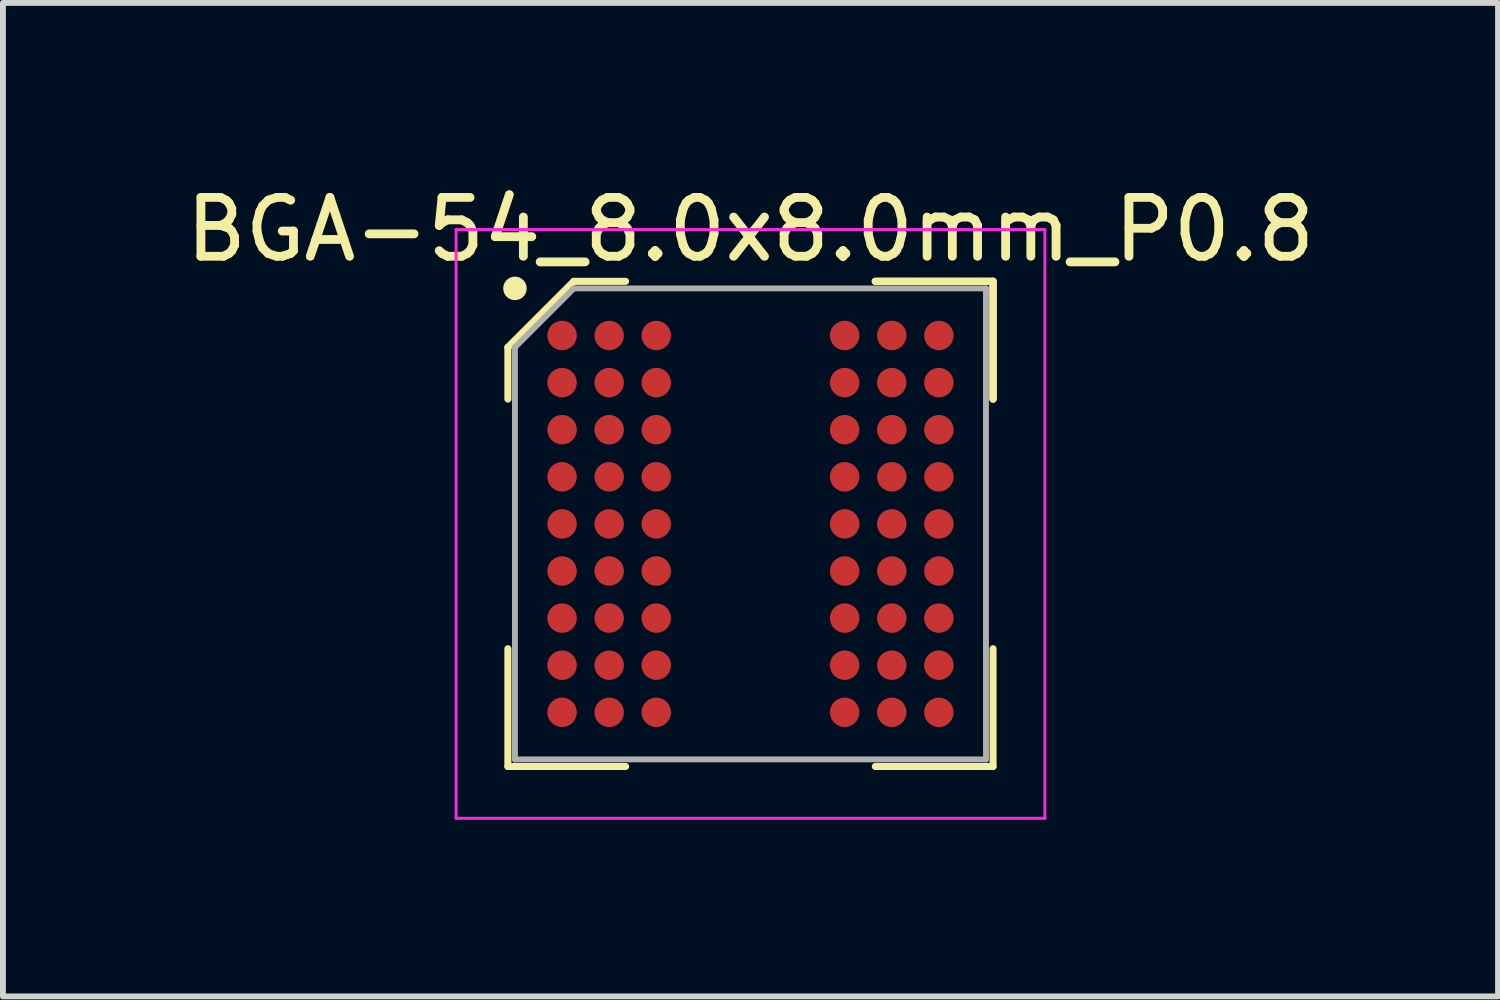
<source format=kicad_pcb>
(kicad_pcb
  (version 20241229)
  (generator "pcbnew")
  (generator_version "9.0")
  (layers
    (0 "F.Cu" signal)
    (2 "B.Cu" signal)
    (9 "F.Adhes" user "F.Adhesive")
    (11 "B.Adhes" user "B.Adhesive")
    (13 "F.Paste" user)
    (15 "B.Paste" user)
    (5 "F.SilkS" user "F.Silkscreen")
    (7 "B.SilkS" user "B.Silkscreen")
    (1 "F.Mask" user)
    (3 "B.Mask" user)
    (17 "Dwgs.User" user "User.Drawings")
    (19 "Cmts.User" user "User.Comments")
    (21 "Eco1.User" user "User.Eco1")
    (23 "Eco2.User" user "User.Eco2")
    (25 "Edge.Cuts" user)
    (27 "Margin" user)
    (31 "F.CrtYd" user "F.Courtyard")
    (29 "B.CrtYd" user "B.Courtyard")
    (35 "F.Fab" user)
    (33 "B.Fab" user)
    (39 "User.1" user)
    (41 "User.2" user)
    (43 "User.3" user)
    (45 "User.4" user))
  (footprint "BGA-54_8.0x8.0mm_P0.8"
    (layer "F.Cu")
    (at 9.696 5.848)
    (property "Reference" "BGA-54_8.0x8.0mm_P0.8" (at 0 -5 0) (layer "F.SilkS") (effects (font (size 1 1) (thickness 0.15))))
    (attr smd)
    (fp_line (start -4.12 -3) (end -4.12 -2.12) (stroke (width 0.12) (type solid)) (layer "F.SilkS"))
    (fp_line (start -4.12 4.12) (end -4.12 2.12) (stroke (width 0.12) (type solid)) (layer "F.SilkS"))
    (fp_line (start -3 -4.12) (end -4.12 -3) (stroke (width 0.12) (type solid)) (layer "F.SilkS"))
    (fp_line (start -2.12 -4.12) (end -3 -4.12) (stroke (width 0.12) (type solid)) (layer "F.SilkS"))
    (fp_line (start -2.12 4.12) (end -4.12 4.12) (stroke (width 0.12) (type solid)) (layer "F.SilkS"))
    (fp_line (start 2.12 -4.12) (end 4.12 -4.12) (stroke (width 0.12) (type solid)) (layer "F.SilkS"))
    (fp_line (start 2.12 -4.12) (end 4.12 -4.12) (stroke (width 0.12) (type solid)) (layer "F.SilkS"))
    (fp_line (start 2.12 -4.12) (end 4.12 -4.12) (stroke (width 0.12) (type solid)) (layer "F.SilkS"))
    (fp_line (start 2.12 4.12) (end 4.12 4.12) (stroke (width 0.12) (type solid)) (layer "F.SilkS"))
    (fp_line (start 4.12 -4.12) (end 4.12 -2.12) (stroke (width 0.12) (type solid)) (layer "F.SilkS"))
    (fp_line (start 4.12 -4.12) (end 4.12 -2.12) (stroke (width 0.12) (type solid)) (layer "F.SilkS"))
    (fp_line (start 4.12 -4.12) (end 4.12 -2.12) (stroke (width 0.12) (type solid)) (layer "F.SilkS"))
    (fp_line (start 4.12 4.12) (end 4.12 2.12) (stroke (width 0.12) (type solid)) (layer "F.SilkS"))
    (fp_circle (center -4 -4) (end -4 -3.9) (stroke (width 0.2) (type solid)) (fill no) (layer "F.SilkS"))
    (fp_line (start -5 -5) (end 5 -5) (stroke (width 0.05) (type solid)) (layer "F.CrtYd"))
    (fp_line (start -5 5) (end -5 -5) (stroke (width 0.05) (type solid)) (layer "F.CrtYd"))
    (fp_line (start 5 -5) (end 5 5) (stroke (width 0.05) (type solid)) (layer "F.CrtYd"))
    (fp_line (start 5 5) (end -5 5) (stroke (width 0.05) (type solid)) (layer "F.CrtYd"))
    (fp_line (start -4 -3) (end -4 4) (stroke (width 0.1) (type solid)) (layer "F.Fab"))
    (fp_line (start -4 4) (end 4 4) (stroke (width 0.1) (type solid)) (layer "F.Fab"))
    (fp_line (start -3 -4) (end -4 -3) (stroke (width 0.1) (type solid)) (layer "F.Fab"))
    (fp_line (start 4 -4) (end -3 -4) (stroke (width 0.1) (type solid)) (layer "F.Fab"))
    (fp_line (start 4 4) (end 4 -4) (stroke (width 0.1) (type solid)) (layer "F.Fab"))
    (pad "A1" smd circle (at -3.2 -3.2) (size 0.5 0.5) (layers "F.Cu" "F.Mask" "F.Paste"))
    (pad "A2" smd circle (at -2.4 -3.2) (size 0.5 0.5) (layers "F.Cu" "F.Mask" "F.Paste"))
    (pad "A3" smd circle (at -1.6 -3.2) (size 0.5 0.5) (layers "F.Cu" "F.Mask" "F.Paste"))
    (pad "A7" smd circle (at 1.6 -3.2) (size 0.5 0.5) (layers "F.Cu" "F.Mask" "F.Paste"))
    (pad "A8" smd circle (at 2.4 -3.2) (size 0.5 0.5) (layers "F.Cu" "F.Mask" "F.Paste"))
    (pad "A9" smd circle (at 3.2 -3.2) (size 0.5 0.5) (layers "F.Cu" "F.Mask" "F.Paste"))
    (pad "B1" smd circle (at -3.2 -2.4) (size 0.5 0.5) (layers "F.Cu" "F.Mask" "F.Paste"))
    (pad "B2" smd circle (at -2.4 -2.4) (size 0.5 0.5) (layers "F.Cu" "F.Mask" "F.Paste"))
    (pad "B3" smd circle (at -1.6 -2.4) (size 0.5 0.5) (layers "F.Cu" "F.Mask" "F.Paste"))
    (pad "B7" smd circle (at 1.6 -2.4) (size 0.5 0.5) (layers "F.Cu" "F.Mask" "F.Paste"))
    (pad "B8" smd circle (at 2.4 -2.4) (size 0.5 0.5) (layers "F.Cu" "F.Mask" "F.Paste"))
    (pad "B9" smd circle (at 3.2 -2.4) (size 0.5 0.5) (layers "F.Cu" "F.Mask" "F.Paste"))
    (pad "C1" smd circle (at -3.2 -1.6) (size 0.5 0.5) (layers "F.Cu" "F.Mask" "F.Paste"))
    (pad "C2" smd circle (at -2.4 -1.6) (size 0.5 0.5) (layers "F.Cu" "F.Mask" "F.Paste"))
    (pad "C3" smd circle (at -1.6 -1.6) (size 0.5 0.5) (layers "F.Cu" "F.Mask" "F.Paste"))
    (pad "C7" smd circle (at 1.6 -1.6) (size 0.5 0.5) (layers "F.Cu" "F.Mask" "F.Paste"))
    (pad "C8" smd circle (at 2.4 -1.6) (size 0.5 0.5) (layers "F.Cu" "F.Mask" "F.Paste"))
    (pad "C9" smd circle (at 3.2 -1.6) (size 0.5 0.5) (layers "F.Cu" "F.Mask" "F.Paste"))
    (pad "D1" smd circle (at -3.2 -0.8) (size 0.5 0.5) (layers "F.Cu" "F.Mask" "F.Paste"))
    (pad "D2" smd circle (at -2.4 -0.8) (size 0.5 0.5) (layers "F.Cu" "F.Mask" "F.Paste"))
    (pad "D3" smd circle (at -1.6 -0.8) (size 0.5 0.5) (layers "F.Cu" "F.Mask" "F.Paste"))
    (pad "D7" smd circle (at 1.6 -0.8) (size 0.5 0.5) (layers "F.Cu" "F.Mask" "F.Paste"))
    (pad "D8" smd circle (at 2.4 -0.8) (size 0.5 0.5) (layers "F.Cu" "F.Mask" "F.Paste"))
    (pad "D9" smd circle (at 3.2 -0.8) (size 0.5 0.5) (layers "F.Cu" "F.Mask" "F.Paste"))
    (pad "E1" smd circle (at -3.2 0) (size 0.5 0.5) (layers "F.Cu" "F.Mask" "F.Paste"))
    (pad "E2" smd circle (at -2.4 0) (size 0.5 0.5) (layers "F.Cu" "F.Mask" "F.Paste"))
    (pad "E3" smd circle (at -1.6 0) (size 0.5 0.5) (layers "F.Cu" "F.Mask" "F.Paste"))
    (pad "E7" smd circle (at 1.6 0) (size 0.5 0.5) (layers "F.Cu" "F.Mask" "F.Paste"))
    (pad "E8" smd circle (at 2.4 0) (size 0.5 0.5) (layers "F.Cu" "F.Mask" "F.Paste"))
    (pad "E9" smd circle (at 3.2 0) (size 0.5 0.5) (layers "F.Cu" "F.Mask" "F.Paste"))
    (pad "F1" smd circle (at -3.2 0.8) (size 0.5 0.5) (layers "F.Cu" "F.Mask" "F.Paste"))
    (pad "F2" smd circle (at -2.4 0.8) (size 0.5 0.5) (layers "F.Cu" "F.Mask" "F.Paste"))
    (pad "F3" smd circle (at -1.6 0.8) (size 0.5 0.5) (layers "F.Cu" "F.Mask" "F.Paste"))
    (pad "F7" smd circle (at 1.6 0.8) (size 0.5 0.5) (layers "F.Cu" "F.Mask" "F.Paste"))
    (pad "F8" smd circle (at 2.4 0.8) (size 0.5 0.5) (layers "F.Cu" "F.Mask" "F.Paste"))
    (pad "F9" smd circle (at 3.2 0.8) (size 0.5 0.5) (layers "F.Cu" "F.Mask" "F.Paste"))
    (pad "G1" smd circle (at -3.2 1.6) (size 0.5 0.5) (layers "F.Cu" "F.Mask" "F.Paste"))
    (pad "G2" smd circle (at -2.4 1.6) (size 0.5 0.5) (layers "F.Cu" "F.Mask" "F.Paste"))
    (pad "G3" smd circle (at -1.6 1.6) (size 0.5 0.5) (layers "F.Cu" "F.Mask" "F.Paste"))
    (pad "G7" smd circle (at 1.6 1.6) (size 0.5 0.5) (layers "F.Cu" "F.Mask" "F.Paste"))
    (pad "G8" smd circle (at 2.4 1.6) (size 0.5 0.5) (layers "F.Cu" "F.Mask" "F.Paste"))
    (pad "G9" smd circle (at 3.2 1.6) (size 0.5 0.5) (layers "F.Cu" "F.Mask" "F.Paste"))
    (pad "H1" smd circle (at -3.2 2.4) (size 0.5 0.5) (layers "F.Cu" "F.Mask" "F.Paste"))
    (pad "H2" smd circle (at -2.4 2.4) (size 0.5 0.5) (layers "F.Cu" "F.Mask" "F.Paste"))
    (pad "H3" smd circle (at -1.6 2.4) (size 0.5 0.5) (layers "F.Cu" "F.Mask" "F.Paste"))
    (pad "H7" smd circle (at 1.6 2.4) (size 0.5 0.5) (layers "F.Cu" "F.Mask" "F.Paste"))
    (pad "H8" smd circle (at 2.4 2.4) (size 0.5 0.5) (layers "F.Cu" "F.Mask" "F.Paste"))
    (pad "H9" smd circle (at 3.2 2.4) (size 0.5 0.5) (layers "F.Cu" "F.Mask" "F.Paste"))
    (pad "J1" smd circle (at -3.2 3.2) (size 0.5 0.5) (layers "F.Cu" "F.Mask" "F.Paste"))
    (pad "J2" smd circle (at -2.4 3.2) (size 0.5 0.5) (layers "F.Cu" "F.Mask" "F.Paste"))
    (pad "J3" smd circle (at -1.6 3.2) (size 0.5 0.5) (layers "F.Cu" "F.Mask" "F.Paste"))
    (pad "J7" smd circle (at 1.6 3.2) (size 0.5 0.5) (layers "F.Cu" "F.Mask" "F.Paste"))
    (pad "J8" smd circle (at 2.4 3.2) (size 0.5 0.5) (layers "F.Cu" "F.Mask" "F.Paste"))
    (pad "J9" smd circle (at 3.2 3.2) (size 0.5 0.5) (layers "F.Cu" "F.Mask" "F.Paste")))
  (gr_rect
    (start -3 -3)
    (end 22.393 13.873)
    (stroke (width 0.1) (type default))
    (fill no)
    (layer "Edge.Cuts")))
</source>
